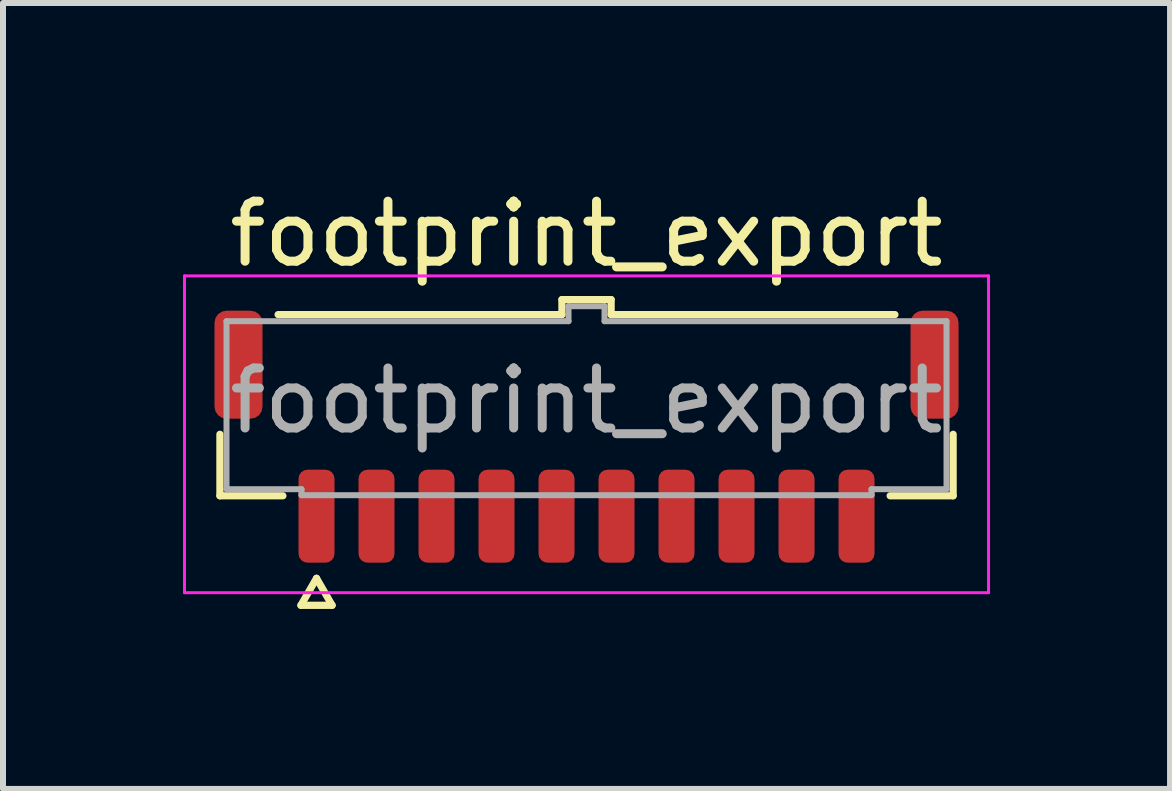
<source format=kicad_pcb>
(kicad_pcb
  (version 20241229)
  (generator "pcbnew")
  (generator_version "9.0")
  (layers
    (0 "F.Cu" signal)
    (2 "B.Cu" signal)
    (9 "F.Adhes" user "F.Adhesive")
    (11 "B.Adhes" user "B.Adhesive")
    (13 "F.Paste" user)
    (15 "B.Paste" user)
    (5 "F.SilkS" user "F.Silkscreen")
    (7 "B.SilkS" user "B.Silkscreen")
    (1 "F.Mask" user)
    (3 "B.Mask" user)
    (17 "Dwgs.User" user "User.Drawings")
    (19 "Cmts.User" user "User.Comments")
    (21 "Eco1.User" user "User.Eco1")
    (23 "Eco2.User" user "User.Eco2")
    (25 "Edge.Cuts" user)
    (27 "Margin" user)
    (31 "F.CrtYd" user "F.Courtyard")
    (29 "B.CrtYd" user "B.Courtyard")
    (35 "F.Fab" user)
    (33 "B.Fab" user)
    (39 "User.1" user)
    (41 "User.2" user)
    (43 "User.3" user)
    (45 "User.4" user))
  (footprint "footprint_export"
    (layer "F.Cu")
    (at 6.725 3.628)
    (property "Reference" "footprint_export" (at 0 -2.78 0) (layer "F.SilkS") (effects (font (size 1 1) (thickness 0.15))))
    (attr smd)
    (fp_line (start -6.11 1.585) (end -6.11 0.56) (stroke (width 0.12) (type solid)) (layer "F.SilkS"))
    (fp_line (start -5.14 -1.435) (end -0.41 -1.435) (stroke (width 0.12) (type solid)) (layer "F.SilkS"))
    (fp_line (start -5.06 1.585) (end -6.11 1.585) (stroke (width 0.12) (type solid)) (layer "F.SilkS"))
    (fp_line (start -4.76 3.41) (end -4.5 2.96) (stroke (width 0.12) (type solid)) (layer "F.SilkS"))
    (fp_line (start -4.5 2.96) (end -4.24 3.41) (stroke (width 0.12) (type solid)) (layer "F.SilkS"))
    (fp_line (start -4.24 3.41) (end -4.76 3.41) (stroke (width 0.12) (type solid)) (layer "F.SilkS"))
    (fp_line (start -0.41 -1.685) (end 0.41 -1.685) (stroke (width 0.12) (type solid)) (layer "F.SilkS"))
    (fp_line (start -0.41 -1.435) (end -0.41 -1.685) (stroke (width 0.12) (type solid)) (layer "F.SilkS"))
    (fp_line (start 0.41 -1.685) (end 0.41 -1.435) (stroke (width 0.12) (type solid)) (layer "F.SilkS"))
    (fp_line (start 0.41 -1.435) (end 5.14 -1.435) (stroke (width 0.12) (type solid)) (layer "F.SilkS"))
    (fp_line (start 6.11 0.56) (end 6.11 1.585) (stroke (width 0.12) (type solid)) (layer "F.SilkS"))
    (fp_line (start 6.11 1.585) (end 5.06 1.585) (stroke (width 0.12) (type solid)) (layer "F.SilkS"))
    (fp_line (start -6.7 -2.08) (end -6.7 3.2) (stroke (width 0.05) (type solid)) (layer "F.CrtYd"))
    (fp_line (start -6.7 3.2) (end 6.7 3.2) (stroke (width 0.05) (type solid)) (layer "F.CrtYd"))
    (fp_line (start 6.7 -2.08) (end -6.7 -2.08) (stroke (width 0.05) (type solid)) (layer "F.CrtYd"))
    (fp_line (start 6.7 3.2) (end 6.7 -2.08) (stroke (width 0.05) (type solid)) (layer "F.CrtYd"))
    (fp_line (start -6 -1.325) (end -0.3 -1.325) (stroke (width 0.1) (type solid)) (layer "F.Fab"))
    (fp_line (start -6 1.475) (end -6 -1.325) (stroke (width 0.1) (type solid)) (layer "F.Fab"))
    (fp_line (start -4.75 1.475) (end -6 1.475) (stroke (width 0.1) (type solid)) (layer "F.Fab"))
    (fp_line (start -4.75 1.575) (end -4.75 1.475) (stroke (width 0.1) (type solid)) (layer "F.Fab"))
    (fp_line (start -0.3 -1.575) (end 0.3 -1.575) (stroke (width 0.1) (type solid)) (layer "F.Fab"))
    (fp_line (start -0.3 -1.325) (end -0.3 -1.575) (stroke (width 0.1) (type solid)) (layer "F.Fab"))
    (fp_line (start 0.3 -1.575) (end 0.3 -1.325) (stroke (width 0.1) (type solid)) (layer "F.Fab"))
    (fp_line (start 0.3 -1.325) (end 6 -1.325) (stroke (width 0.1) (type solid)) (layer "F.Fab"))
    (fp_line (start 4.75 1.475) (end 4.75 1.575) (stroke (width 0.1) (type solid)) (layer "F.Fab"))
    (fp_line (start 4.75 1.575) (end -4.75 1.575) (stroke (width 0.1) (type solid)) (layer "F.Fab"))
    (fp_line (start 6 -1.325) (end 6 1.475) (stroke (width 0.1) (type solid)) (layer "F.Fab"))
    (fp_line (start 6 1.475) (end 4.75 1.475) (stroke (width 0.1) (type solid)) (layer "F.Fab"))
    (fp_text user "${REFERENCE}" (at 0 0 0) (layer "F.Fab") (effects (font (size 1 1) (thickness 0.15))))
    (pad "1" smd roundrect (at -4.5 1.925) (size 0.6 1.55) (layers "F.Cu" "F.Mask" "F.Paste") (roundrect_rratio 0.25))
    (pad "2" smd roundrect (at -3.5 1.925) (size 0.6 1.55) (layers "F.Cu" "F.Mask" "F.Paste") (roundrect_rratio 0.25))
    (pad "3" smd roundrect (at -2.5 1.925) (size 0.6 1.55) (layers "F.Cu" "F.Mask" "F.Paste") (roundrect_rratio 0.25))
    (pad "4" smd roundrect (at -1.5 1.925) (size 0.6 1.55) (layers "F.Cu" "F.Mask" "F.Paste") (roundrect_rratio 0.25))
    (pad "5" smd roundrect (at -0.5 1.925) (size 0.6 1.55) (layers "F.Cu" "F.Mask" "F.Paste") (roundrect_rratio 0.25))
    (pad "6" smd roundrect (at 0.5 1.925) (size 0.6 1.55) (layers "F.Cu" "F.Mask" "F.Paste") (roundrect_rratio 0.25))
    (pad "7" smd roundrect (at 1.5 1.925) (size 0.6 1.55) (layers "F.Cu" "F.Mask" "F.Paste") (roundrect_rratio 0.25))
    (pad "8" smd roundrect (at 2.5 1.925) (size 0.6 1.55) (layers "F.Cu" "F.Mask" "F.Paste") (roundrect_rratio 0.25))
    (pad "9" smd roundrect (at 3.5 1.925) (size 0.6 1.55) (layers "F.Cu" "F.Mask" "F.Paste") (roundrect_rratio 0.25))
    (pad "10" smd roundrect (at 4.5 1.925) (size 0.6 1.55) (layers "F.Cu" "F.Mask" "F.Paste") (roundrect_rratio 0.25))
    (pad "MP" smd roundrect (at -5.8 -0.6) (size 0.8 1.8) (layers "F.Cu" "F.Mask" "F.Paste") (roundrect_rratio 0.25))
    (pad "MP" smd roundrect (at 5.8 -0.6) (size 0.8 1.8) (layers "F.Cu" "F.Mask" "F.Paste") (roundrect_rratio 0.25)))
  (gr_rect
    (start -3 -3)
    (end 16.45 10.098)
    (stroke (width 0.1) (type default))
    (fill no)
    (layer "Edge.Cuts")))
</source>
